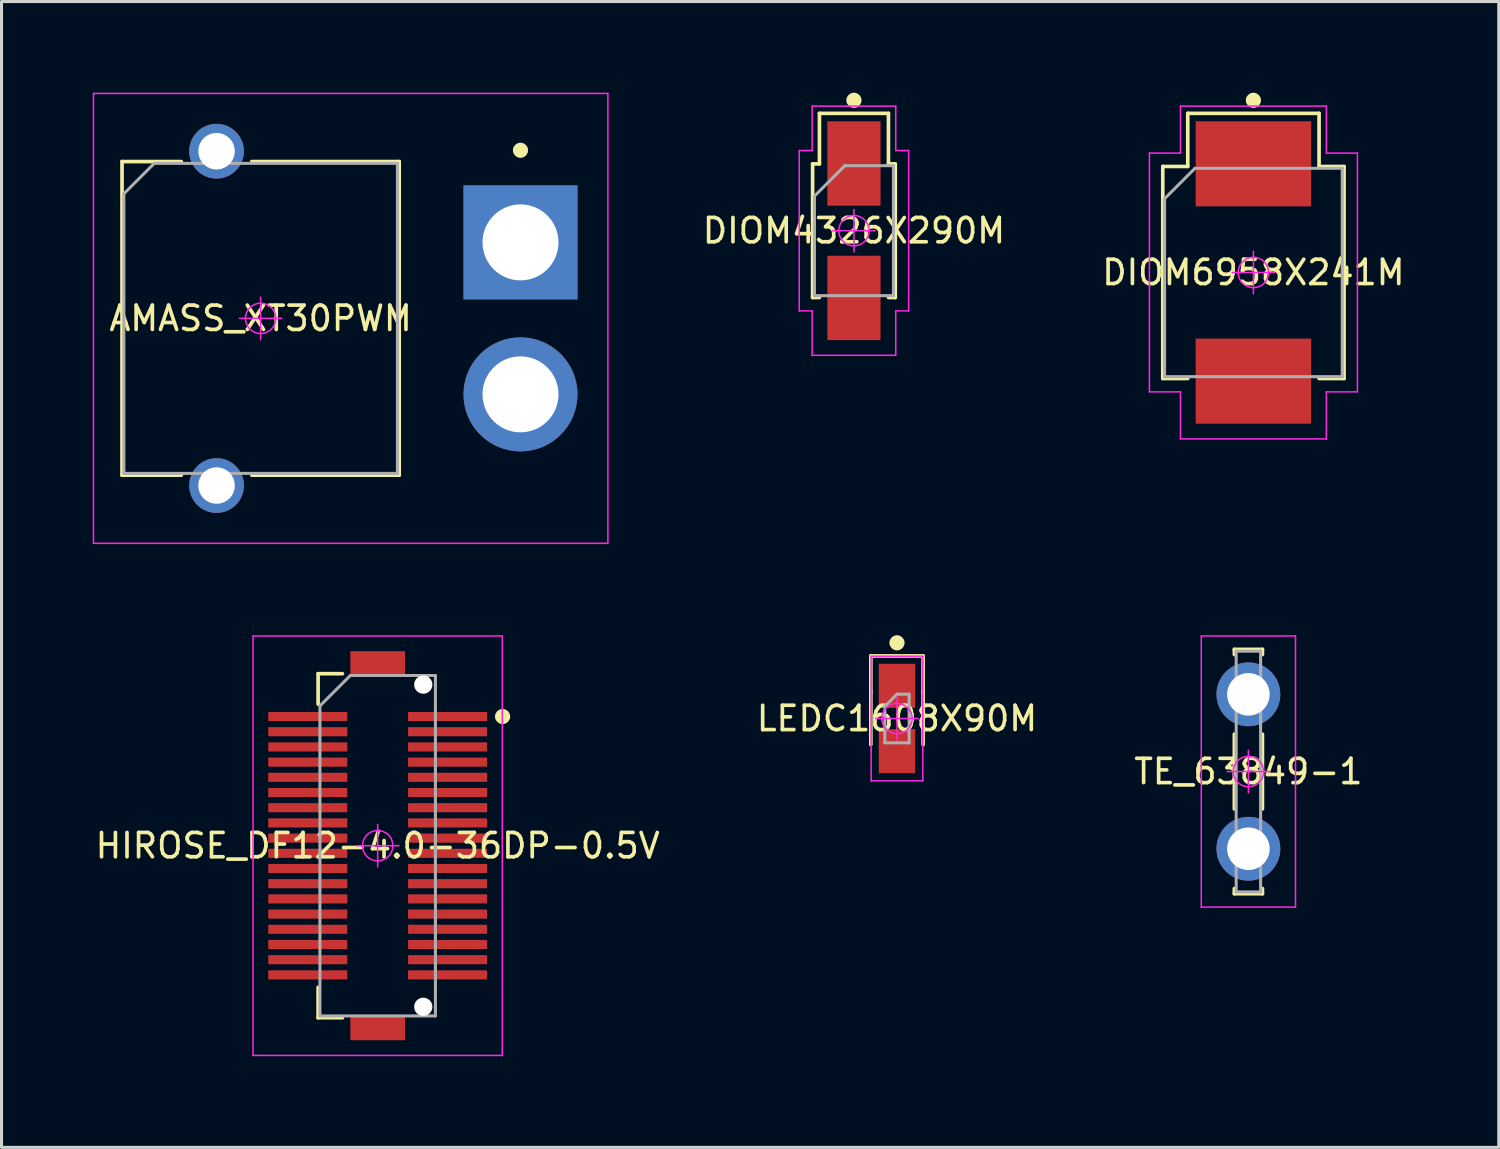
<source format=kicad_pcb>
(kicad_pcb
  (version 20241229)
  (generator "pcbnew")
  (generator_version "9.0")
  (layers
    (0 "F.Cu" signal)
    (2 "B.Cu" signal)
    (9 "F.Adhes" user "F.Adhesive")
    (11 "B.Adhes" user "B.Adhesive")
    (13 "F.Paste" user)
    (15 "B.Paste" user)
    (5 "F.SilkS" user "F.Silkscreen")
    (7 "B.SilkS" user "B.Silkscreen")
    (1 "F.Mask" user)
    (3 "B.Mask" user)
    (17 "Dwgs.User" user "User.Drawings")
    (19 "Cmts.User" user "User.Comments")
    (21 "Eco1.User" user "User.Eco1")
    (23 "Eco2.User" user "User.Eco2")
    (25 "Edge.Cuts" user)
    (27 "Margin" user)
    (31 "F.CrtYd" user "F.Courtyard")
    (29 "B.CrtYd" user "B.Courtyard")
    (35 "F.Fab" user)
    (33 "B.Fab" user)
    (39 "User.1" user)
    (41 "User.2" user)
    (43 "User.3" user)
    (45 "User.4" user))
  (footprint "HIROSE_DF12-4.0-36DP-0.5V"
    (layer "F.Cu")
    (at 9.376 24.775)
    (property "Reference" "HIROSE_DF12-4.0-36DP-0.5V" (at 0 0 0) (layer "F.SilkS") (effects (font (size 0.8 0.8) (thickness 0.12))))
    (attr through_hole)
    (fp_line (start -1.96 -5.66) (end -1.96 -4.66) (stroke (width 0.12) (type solid)) (layer "F.SilkS"))
    (fp_line (start -1.96 -5.66) (end -1.16 -5.66) (stroke (width 0.12) (type solid)) (layer "F.SilkS"))
    (fp_line (start -1.96 4.66) (end -1.96 5.66) (stroke (width 0.12) (type solid)) (layer "F.SilkS"))
    (fp_line (start -1.96 5.66) (end -1.16 5.66) (stroke (width 0.12) (type solid)) (layer "F.SilkS"))
    (fp_circle (center 4.11 -4.25) (end 4.11 -4.125) (stroke (width 0.25) (type solid)) (fill no) (layer "F.SilkS"))
    (fp_line (start -4.1 -6.9) (end 4.1 -6.9) (stroke (width 0.05) (type solid)) (layer "F.CrtYd"))
    (fp_line (start -4.1 6.9) (end -4.1 -6.9) (stroke (width 0.05) (type solid)) (layer "F.CrtYd"))
    (fp_line (start -0.7 0) (end 0.7 0) (stroke (width 0.05) (type solid)) (layer "F.CrtYd"))
    (fp_line (start 0 -0.7) (end 0 0.7) (stroke (width 0.05) (type solid)) (layer "F.CrtYd"))
    (fp_line (start 4.1 -6.9) (end 4.1 6.9) (stroke (width 0.05) (type solid)) (layer "F.CrtYd"))
    (fp_line (start 4.1 6.9) (end -4.1 6.9) (stroke (width 0.05) (type solid)) (layer "F.CrtYd"))
    (fp_circle (center 0 0) (end 0 0.5) (stroke (width 0.05) (type solid)) (fill no) (layer "F.CrtYd"))
    (fp_line (start -1.9 -4.6) (end -0.9 -5.6) (stroke (width 0.1) (type solid)) (layer "F.Fab"))
    (fp_line (start -1.9 5.6) (end -1.9 -4.6) (stroke (width 0.1) (type solid)) (layer "F.Fab"))
    (fp_line (start -0.9 -5.6) (end 1.9 -5.6) (stroke (width 0.1) (type solid)) (layer "F.Fab"))
    (fp_line (start 1.9 -5.6) (end 1.9 5.6) (stroke (width 0.1) (type solid)) (layer "F.Fab"))
    (fp_line (start 1.9 5.6) (end -1.9 5.6) (stroke (width 0.1) (type solid)) (layer "F.Fab"))
    (pad "" np_thru_hole circle (at 1.5 -5.3) (size 0.6 0.6) (drill 0.6) (layers "*.Cu" "*.Mask"))
    (pad "" np_thru_hole circle (at 1.5 5.3) (size 0.6 0.6) (drill 0.6) (layers "*.Cu" "*.Mask"))
    (pad "1" smd rect (at 2.3 -4.25) (size 2.6 0.3) (layers "F.Cu" "F.Mask" "F.Paste"))
    (pad "2" smd rect (at -2.3 -4.25) (size 2.6 0.3) (layers "F.Cu" "F.Mask" "F.Paste"))
    (pad "3" smd rect (at 2.3 -3.75) (size 2.6 0.3) (layers "F.Cu" "F.Mask" "F.Paste"))
    (pad "4" smd rect (at -2.3 -3.75) (size 2.6 0.3) (layers "F.Cu" "F.Mask" "F.Paste"))
    (pad "5" smd rect (at 2.3 -3.25) (size 2.6 0.3) (layers "F.Cu" "F.Mask" "F.Paste"))
    (pad "6" smd rect (at -2.3 -3.25) (size 2.6 0.3) (layers "F.Cu" "F.Mask" "F.Paste"))
    (pad "7" smd rect (at 2.3 -2.75) (size 2.6 0.3) (layers "F.Cu" "F.Mask" "F.Paste"))
    (pad "8" smd rect (at -2.3 -2.75) (size 2.6 0.3) (layers "F.Cu" "F.Mask" "F.Paste"))
    (pad "9" smd rect (at 2.3 -2.25) (size 2.6 0.3) (layers "F.Cu" "F.Mask" "F.Paste"))
    (pad "10" smd rect (at -2.3 -2.25) (size 2.6 0.3) (layers "F.Cu" "F.Mask" "F.Paste"))
    (pad "11" smd rect (at 2.3 -1.75) (size 2.6 0.3) (layers "F.Cu" "F.Mask" "F.Paste"))
    (pad "12" smd rect (at -2.3 -1.75) (size 2.6 0.3) (layers "F.Cu" "F.Mask" "F.Paste"))
    (pad "13" smd rect (at 2.3 -1.25) (size 2.6 0.3) (layers "F.Cu" "F.Mask" "F.Paste"))
    (pad "14" smd rect (at -2.3 -1.25) (size 2.6 0.3) (layers "F.Cu" "F.Mask" "F.Paste"))
    (pad "15" smd rect (at 2.3 -0.75) (size 2.6 0.3) (layers "F.Cu" "F.Mask" "F.Paste"))
    (pad "16" smd rect (at -2.3 -0.75) (size 2.6 0.3) (layers "F.Cu" "F.Mask" "F.Paste"))
    (pad "17" smd rect (at 2.3 -0.25) (size 2.6 0.3) (layers "F.Cu" "F.Mask" "F.Paste"))
    (pad "18" smd rect (at -2.3 -0.25) (size 2.6 0.3) (layers "F.Cu" "F.Mask" "F.Paste"))
    (pad "19" smd rect (at 2.3 0.25) (size 2.6 0.3) (layers "F.Cu" "F.Mask" "F.Paste"))
    (pad "20" smd rect (at -2.3 0.25) (size 2.6 0.3) (layers "F.Cu" "F.Mask" "F.Paste"))
    (pad "21" smd rect (at 2.3 0.75) (size 2.6 0.3) (layers "F.Cu" "F.Mask" "F.Paste"))
    (pad "22" smd rect (at -2.3 0.75) (size 2.6 0.3) (layers "F.Cu" "F.Mask" "F.Paste"))
    (pad "23" smd rect (at 2.3 1.25) (size 2.6 0.3) (layers "F.Cu" "F.Mask" "F.Paste"))
    (pad "24" smd rect (at -2.3 1.25) (size 2.6 0.3) (layers "F.Cu" "F.Mask" "F.Paste"))
    (pad "25" smd rect (at 2.3 1.75) (size 2.6 0.3) (layers "F.Cu" "F.Mask" "F.Paste"))
    (pad "26" smd rect (at -2.3 1.75) (size 2.6 0.3) (layers "F.Cu" "F.Mask" "F.Paste"))
    (pad "27" smd rect (at 2.3 2.25) (size 2.6 0.3) (layers "F.Cu" "F.Mask" "F.Paste"))
    (pad "28" smd rect (at -2.3 2.25) (size 2.6 0.3) (layers "F.Cu" "F.Mask" "F.Paste"))
    (pad "29" smd rect (at 2.3 2.75) (size 2.6 0.3) (layers "F.Cu" "F.Mask" "F.Paste"))
    (pad "30" smd rect (at -2.3 2.75) (size 2.6 0.3) (layers "F.Cu" "F.Mask" "F.Paste"))
    (pad "31" smd rect (at 2.3 3.25) (size 2.6 0.3) (layers "F.Cu" "F.Mask" "F.Paste"))
    (pad "32" smd rect (at -2.3 3.25) (size 2.6 0.3) (layers "F.Cu" "F.Mask" "F.Paste"))
    (pad "33" smd rect (at 2.3 3.75) (size 2.6 0.3) (layers "F.Cu" "F.Mask" "F.Paste"))
    (pad "34" smd rect (at -2.3 3.75) (size 2.6 0.3) (layers "F.Cu" "F.Mask" "F.Paste"))
    (pad "35" smd rect (at 2.3 4.25) (size 2.6 0.3) (layers "F.Cu" "F.Mask" "F.Paste"))
    (pad "36" smd rect (at -2.3 4.25) (size 2.6 0.3) (layers "F.Cu" "F.Mask" "F.Paste"))
    (pad "NC1" smd rect (at 0 -6) (size 1.8 0.8) (layers "F.Cu" "F.Mask" "F.Paste"))
    (pad "NC2" smd rect (at 0 6) (size 1.8 0.8) (layers "F.Cu" "F.Mask" "F.Paste")))
  (footprint "TE_63849-1"
    (layer "F.Cu")
    (at 38.024 22.335)
    (property "Reference" "TE_63849-1" (at 0 0 0) (layer "F.SilkS") (effects (font (size 0.8 0.8) (thickness 0.12))))
    (attr through_hole)
    (fp_line (start -0.462 -4.02) (end -0.462 -3.85) (stroke (width 0.12) (type solid)) (layer "F.SilkS"))
    (fp_line (start -0.462 -4.02) (end 0.462 -4.02) (stroke (width 0.12) (type solid)) (layer "F.SilkS"))
    (fp_line (start -0.462 -1.23) (end -0.462 1.23) (stroke (width 0.12) (type solid)) (layer "F.SilkS"))
    (fp_line (start -0.462 3.85) (end -0.462 4.02) (stroke (width 0.12) (type solid)) (layer "F.SilkS"))
    (fp_line (start 0.462 -4.02) (end 0.462 -3.85) (stroke (width 0.12) (type solid)) (layer "F.SilkS"))
    (fp_line (start 0.462 -1.23) (end 0.462 1.23) (stroke (width 0.12) (type solid)) (layer "F.SilkS"))
    (fp_line (start 0.462 3.85) (end 0.462 4.02) (stroke (width 0.12) (type solid)) (layer "F.SilkS"))
    (fp_line (start 0.462 4.02) (end -0.462 4.02) (stroke (width 0.12) (type solid)) (layer "F.SilkS"))
    (fp_line (start -1.55 -4.46) (end 1.55 -4.46) (stroke (width 0.05) (type solid)) (layer "F.CrtYd"))
    (fp_line (start -1.55 4.46) (end -1.55 -4.46) (stroke (width 0.05) (type solid)) (layer "F.CrtYd"))
    (fp_line (start -0.7 0) (end 0.7 0) (stroke (width 0.05) (type solid)) (layer "F.CrtYd"))
    (fp_line (start 0 -0.7) (end 0 0.7) (stroke (width 0.05) (type solid)) (layer "F.CrtYd"))
    (fp_line (start 1.55 -4.46) (end 1.55 4.46) (stroke (width 0.05) (type solid)) (layer "F.CrtYd"))
    (fp_line (start 1.55 4.46) (end -1.55 4.46) (stroke (width 0.05) (type solid)) (layer "F.CrtYd"))
    (fp_circle (center 0 0) (end 0 0.5) (stroke (width 0.05) (type solid)) (fill no) (layer "F.CrtYd"))
    (fp_line (start -0.402 -3.96) (end 0.402 -3.96) (stroke (width 0.1) (type solid)) (layer "F.Fab"))
    (fp_line (start -0.402 3.96) (end -0.402 -3.96) (stroke (width 0.1) (type solid)) (layer "F.Fab"))
    (fp_line (start 0.402 -3.96) (end 0.402 3.96) (stroke (width 0.1) (type solid)) (layer "F.Fab"))
    (fp_line (start 0.402 3.96) (end -0.402 3.96) (stroke (width 0.1) (type solid)) (layer "F.Fab"))
    (pad "1" thru_hole circle (at 0 -2.54) (size 2.1 2.1) (drill 1.4) (layers "*.Cu" "*.Paste" "*.Mask"))
    (pad "2" thru_hole circle (at 0 2.54) (size 2.1 2.1) (drill 1.4) (layers "*.Cu" "*.Paste" "*.Mask")))
  (footprint "DIOM6958X241M"
    (layer "F.Cu")
    (at 38.189 5.915)
    (property "Reference" "DIOM6958X241M" (at 0 0 0) (layer "F.SilkS") (effects (font (size 0.8 0.8) (thickness 0.12))))
    (attr smd)
    (fp_line (start -2.982 -3.488) (end -2.982 3.488) (stroke (width 0.12) (type solid)) (layer "F.SilkS"))
    (fp_line (start -2.16 -5.235) (end 2.16 -5.235) (stroke (width 0.12) (type solid)) (layer "F.SilkS"))
    (fp_line (start -2.16 -3.488) (end -2.982 -3.488) (stroke (width 0.12) (type solid)) (layer "F.SilkS"))
    (fp_line (start -2.16 -3.488) (end -2.16 -5.235) (stroke (width 0.12) (type solid)) (layer "F.SilkS"))
    (fp_line (start -2.16 3.488) (end -2.982 3.488) (stroke (width 0.12) (type solid)) (layer "F.SilkS"))
    (fp_line (start 2.16 -5.235) (end 2.16 -3.488) (stroke (width 0.12) (type solid)) (layer "F.SilkS"))
    (fp_line (start 2.16 -3.488) (end 2.982 -3.488) (stroke (width 0.12) (type solid)) (layer "F.SilkS"))
    (fp_line (start 2.16 3.488) (end 2.982 3.488) (stroke (width 0.12) (type solid)) (layer "F.SilkS"))
    (fp_line (start 2.982 -3.488) (end 2.982 3.488) (stroke (width 0.12) (type solid)) (layer "F.SilkS"))
    (fp_circle (center 0 -5.665) (end 0 -5.54) (stroke (width 0.25) (type solid)) (fill no) (layer "F.SilkS"))
    (fp_line (start -3.422 -3.928) (end -3.422 3.928) (stroke (width 0.05) (type solid)) (layer "F.CrtYd"))
    (fp_line (start -3.422 3.928) (end -2.4 3.928) (stroke (width 0.05) (type solid)) (layer "F.CrtYd"))
    (fp_line (start -2.4 -5.475) (end -2.4 -3.928) (stroke (width 0.05) (type solid)) (layer "F.CrtYd"))
    (fp_line (start -2.4 -3.928) (end -3.422 -3.928) (stroke (width 0.05) (type solid)) (layer "F.CrtYd"))
    (fp_line (start -2.4 3.928) (end -2.4 5.475) (stroke (width 0.05) (type solid)) (layer "F.CrtYd"))
    (fp_line (start -2.4 5.475) (end 2.4 5.475) (stroke (width 0.05) (type solid)) (layer "F.CrtYd"))
    (fp_line (start -0.7 0) (end 0.7 0) (stroke (width 0.05) (type solid)) (layer "F.CrtYd"))
    (fp_line (start 0 -0.7) (end 0 0.7) (stroke (width 0.05) (type solid)) (layer "F.CrtYd"))
    (fp_line (start 2.4 -5.475) (end -2.4 -5.475) (stroke (width 0.05) (type solid)) (layer "F.CrtYd"))
    (fp_line (start 2.4 -3.928) (end 2.4 -5.475) (stroke (width 0.05) (type solid)) (layer "F.CrtYd"))
    (fp_line (start 2.4 3.928) (end 3.422 3.928) (stroke (width 0.05) (type solid)) (layer "F.CrtYd"))
    (fp_line (start 2.4 5.475) (end 2.4 3.928) (stroke (width 0.05) (type solid)) (layer "F.CrtYd"))
    (fp_line (start 3.422 -3.928) (end 2.4 -3.928) (stroke (width 0.05) (type solid)) (layer "F.CrtYd"))
    (fp_line (start 3.422 3.928) (end 3.422 -3.928) (stroke (width 0.05) (type solid)) (layer "F.CrtYd"))
    (fp_circle (center 0 0) (end 0 0.5) (stroke (width 0.05) (type solid)) (fill no) (layer "F.CrtYd"))
    (fp_line (start -2.922 -2.428) (end -1.922 -3.428) (stroke (width 0.1) (type solid)) (layer "F.Fab"))
    (fp_line (start -2.922 3.428) (end -2.922 -2.428) (stroke (width 0.1) (type solid)) (layer "F.Fab"))
    (fp_line (start -1.922 -3.428) (end 2.922 -3.428) (stroke (width 0.1) (type solid)) (layer "F.Fab"))
    (fp_line (start 2.922 -3.428) (end 2.922 3.428) (stroke (width 0.1) (type solid)) (layer "F.Fab"))
    (fp_line (start 2.922 3.428) (end -2.922 3.428) (stroke (width 0.1) (type solid)) (layer "F.Fab"))
    (pad "1" smd rect (at 0 -3.575) (size 3.8 2.8) (layers "F.Cu" "F.Mask" "F.Paste"))
    (pad "2" smd rect (at 0 3.575) (size 3.8 2.8) (layers "F.Cu" "F.Mask" "F.Paste")))
  (footprint "AMASS_XT30PWM"
    (layer "F.Cu")
    (at 5.525 7.425)
    (property "Reference" "AMASS_XT30PWM" (at 0 0 0) (layer "F.SilkS") (effects (font (size 0.8 0.8) (thickness 0.12))))
    (attr through_hole)
    (fp_line (start -4.56 -5.16) (end -2.61 -5.16) (stroke (width 0.12) (type solid)) (layer "F.SilkS"))
    (fp_line (start -4.56 5.16) (end -4.56 -5.16) (stroke (width 0.12) (type solid)) (layer "F.SilkS"))
    (fp_line (start -4.56 5.16) (end -2.61 5.16) (stroke (width 0.12) (type solid)) (layer "F.SilkS"))
    (fp_line (start -0.29 -5.16) (end 4.56 -5.16) (stroke (width 0.12) (type solid)) (layer "F.SilkS"))
    (fp_line (start -0.29 5.16) (end 4.56 5.16) (stroke (width 0.12) (type solid)) (layer "F.SilkS"))
    (fp_line (start 4.56 -5.16) (end 4.56 5.16) (stroke (width 0.12) (type solid)) (layer "F.SilkS"))
    (fp_circle (center 8.55 -5.53) (end 8.55 -5.405) (stroke (width 0.25) (type solid)) (fill no) (layer "F.SilkS"))
    (fp_line (start -5.5 -7.4) (end 11.425 -7.4) (stroke (width 0.05) (type solid)) (layer "F.CrtYd"))
    (fp_line (start -5.5 7.4) (end -5.5 -7.4) (stroke (width 0.05) (type solid)) (layer "F.CrtYd"))
    (fp_line (start -0.7 0) (end 0.7 0) (stroke (width 0.05) (type solid)) (layer "F.CrtYd"))
    (fp_line (start 0 -0.7) (end 0 0.7) (stroke (width 0.05) (type solid)) (layer "F.CrtYd"))
    (fp_line (start 11.425 -7.4) (end 11.425 7.4) (stroke (width 0.05) (type solid)) (layer "F.CrtYd"))
    (fp_line (start 11.425 7.4) (end -5.5 7.4) (stroke (width 0.05) (type solid)) (layer "F.CrtYd"))
    (fp_circle (center 0 0) (end 0 0.5) (stroke (width 0.05) (type solid)) (fill no) (layer "F.CrtYd"))
    (fp_line (start -4.5 -4.1) (end -3.5 -5.1) (stroke (width 0.1) (type solid)) (layer "F.Fab"))
    (fp_line (start -4.5 5.1) (end -4.5 -4.1) (stroke (width 0.1) (type solid)) (layer "F.Fab"))
    (fp_line (start -3.5 -5.1) (end 4.5 -5.1) (stroke (width 0.1) (type solid)) (layer "F.Fab"))
    (fp_line (start 4.5 -5.1) (end 4.5 5.1) (stroke (width 0.1) (type solid)) (layer "F.Fab"))
    (fp_line (start 4.5 5.1) (end -4.5 5.1) (stroke (width 0.1) (type solid)) (layer "F.Fab"))
    (pad "1" thru_hole rect (at 8.55 -2.5) (size 3.75 3.75) (drill 2.5) (layers "*.Cu" "*.Paste" "*.Mask"))
    (pad "2" thru_hole circle (at 8.55 2.5) (size 3.75 3.75) (drill 2.5) (layers "*.Cu" "*.Paste" "*.Mask"))
    (pad "NC1" thru_hole circle (at -1.45 -5.5) (size 1.8 1.8) (drill 1.2) (layers "*.Cu" "*.Paste" "*.Mask"))
    (pad "NC2" thru_hole circle (at -1.45 5.5) (size 1.8 1.8) (drill 1.2) (layers "*.Cu" "*.Paste" "*.Mask")))
  (footprint "LEDC1608X90M"
    (layer "F.Cu")
    (at 26.462 20.59)
    (property "Reference" "LEDC1608X90M" (at 0 0 0) (layer "F.SilkS") (effects (font (size 0.8 0.8) (thickness 0.12))))
    (attr smd)
    (fp_line (start -0.86 -2.06) (end 0.86 -2.06) (stroke (width 0.12) (type solid)) (layer "F.SilkS"))
    (fp_line (start -0.86 -0.86) (end -0.86 -2.06) (stroke (width 0.12) (type solid)) (layer "F.SilkS"))
    (fp_line (start -0.86 -0.86) (end -0.86 0.86) (stroke (width 0.12) (type solid)) (layer "F.SilkS"))
    (fp_line (start 0.86 -2.06) (end 0.86 -0.86) (stroke (width 0.12) (type solid)) (layer "F.SilkS"))
    (fp_line (start 0.86 -0.86) (end 0.86 0.86) (stroke (width 0.12) (type solid)) (layer "F.SilkS"))
    (fp_circle (center 0 -2.49) (end 0 -2.365) (stroke (width 0.25) (type solid)) (fill no) (layer "F.SilkS"))
    (fp_line (start -0.85 -2.05) (end -0.85 -1.05) (stroke (width 0.05) (type solid)) (layer "F.CrtYd"))
    (fp_line (start -0.85 -1.05) (end -0.85 1.05) (stroke (width 0.05) (type solid)) (layer "F.CrtYd"))
    (fp_line (start -0.85 1.05) (end -0.85 2.05) (stroke (width 0.05) (type solid)) (layer "F.CrtYd"))
    (fp_line (start -0.85 2.05) (end 0.85 2.05) (stroke (width 0.05) (type solid)) (layer "F.CrtYd"))
    (fp_line (start -0.7 0) (end 0.7 0) (stroke (width 0.05) (type solid)) (layer "F.CrtYd"))
    (fp_line (start 0 -0.7) (end 0 0.7) (stroke (width 0.05) (type solid)) (layer "F.CrtYd"))
    (fp_line (start 0.85 -2.05) (end -0.85 -2.05) (stroke (width 0.05) (type solid)) (layer "F.CrtYd"))
    (fp_line (start 0.85 -1.05) (end 0.85 -2.05) (stroke (width 0.05) (type solid)) (layer "F.CrtYd"))
    (fp_line (start 0.85 1.05) (end 0.85 -1.05) (stroke (width 0.05) (type solid)) (layer "F.CrtYd"))
    (fp_line (start 0.85 2.05) (end 0.85 1.05) (stroke (width 0.05) (type solid)) (layer "F.CrtYd"))
    (fp_circle (center 0 0) (end 0 0.5) (stroke (width 0.05) (type solid)) (fill no) (layer "F.CrtYd"))
    (fp_line (start -0.4 -0.4) (end 0 -0.8) (stroke (width 0.1) (type solid)) (layer "F.Fab"))
    (fp_line (start -0.4 0.8) (end -0.4 -0.4) (stroke (width 0.1) (type solid)) (layer "F.Fab"))
    (fp_line (start 0 -0.8) (end 0.4 -0.8) (stroke (width 0.1) (type solid)) (layer "F.Fab"))
    (fp_line (start 0.4 -0.8) (end 0.4 0.8) (stroke (width 0.1) (type solid)) (layer "F.Fab"))
    (fp_line (start 0.4 0.8) (end -0.4 0.8) (stroke (width 0.1) (type solid)) (layer "F.Fab"))
    (pad "1" smd rect (at 0 -1.075) (size 1.2 1.45) (layers "F.Cu" "F.Mask" "F.Paste"))
    (pad "2" smd rect (at 0 1.075) (size 1.2 1.45) (layers "F.Cu" "F.Mask" "F.Paste")))
  (footprint "DIOM4326X290M"
    (layer "F.Cu")
    (at 25.046 4.54)
    (property "Reference" "DIOM4326X290M" (at 0 0 0) (layer "F.SilkS") (effects (font (size 0.8 0.8) (thickness 0.12))))
    (attr smd)
    (fp_line (start -1.36 -2.198) (end -1.36 2.198) (stroke (width 0.12) (type solid)) (layer "F.SilkS"))
    (fp_line (start -1.135 -3.86) (end 1.135 -3.86) (stroke (width 0.12) (type solid)) (layer "F.SilkS"))
    (fp_line (start -1.135 -2.198) (end -1.36 -2.198) (stroke (width 0.12) (type solid)) (layer "F.SilkS"))
    (fp_line (start -1.135 -2.198) (end -1.135 -3.86) (stroke (width 0.12) (type solid)) (layer "F.SilkS"))
    (fp_line (start -1.135 2.198) (end -1.36 2.198) (stroke (width 0.12) (type solid)) (layer "F.SilkS"))
    (fp_line (start 1.135 -3.86) (end 1.135 -2.198) (stroke (width 0.12) (type solid)) (layer "F.SilkS"))
    (fp_line (start 1.135 -2.198) (end 1.36 -2.198) (stroke (width 0.12) (type solid)) (layer "F.SilkS"))
    (fp_line (start 1.135 2.198) (end 1.36 2.198) (stroke (width 0.12) (type solid)) (layer "F.SilkS"))
    (fp_line (start 1.36 -2.198) (end 1.36 2.198) (stroke (width 0.12) (type solid)) (layer "F.SilkS"))
    (fp_circle (center 0 -4.29) (end 0 -4.165) (stroke (width 0.25) (type solid)) (fill no) (layer "F.SilkS"))
    (fp_line (start -1.8 -2.638) (end -1.8 2.638) (stroke (width 0.05) (type solid)) (layer "F.CrtYd"))
    (fp_line (start -1.8 2.638) (end -1.375 2.638) (stroke (width 0.05) (type solid)) (layer "F.CrtYd"))
    (fp_line (start -1.375 -4.1) (end -1.375 -2.638) (stroke (width 0.05) (type solid)) (layer "F.CrtYd"))
    (fp_line (start -1.375 -2.638) (end -1.8 -2.638) (stroke (width 0.05) (type solid)) (layer "F.CrtYd"))
    (fp_line (start -1.375 2.638) (end -1.375 4.1) (stroke (width 0.05) (type solid)) (layer "F.CrtYd"))
    (fp_line (start -1.375 4.1) (end 1.375 4.1) (stroke (width 0.05) (type solid)) (layer "F.CrtYd"))
    (fp_line (start -0.7 0) (end 0.7 0) (stroke (width 0.05) (type solid)) (layer "F.CrtYd"))
    (fp_line (start 0 -0.7) (end 0 0.7) (stroke (width 0.05) (type solid)) (layer "F.CrtYd"))
    (fp_line (start 1.375 -4.1) (end -1.375 -4.1) (stroke (width 0.05) (type solid)) (layer "F.CrtYd"))
    (fp_line (start 1.375 -2.638) (end 1.375 -4.1) (stroke (width 0.05) (type solid)) (layer "F.CrtYd"))
    (fp_line (start 1.375 2.638) (end 1.8 2.638) (stroke (width 0.05) (type solid)) (layer "F.CrtYd"))
    (fp_line (start 1.375 4.1) (end 1.375 2.638) (stroke (width 0.05) (type solid)) (layer "F.CrtYd"))
    (fp_line (start 1.8 -2.638) (end 1.375 -2.638) (stroke (width 0.05) (type solid)) (layer "F.CrtYd"))
    (fp_line (start 1.8 2.638) (end 1.8 -2.638) (stroke (width 0.05) (type solid)) (layer "F.CrtYd"))
    (fp_circle (center 0 0) (end 0 0.5) (stroke (width 0.05) (type solid)) (fill no) (layer "F.CrtYd"))
    (fp_line (start -1.3 -1.138) (end -0.3 -2.138) (stroke (width 0.1) (type solid)) (layer "F.Fab"))
    (fp_line (start -1.3 2.138) (end -1.3 -1.138) (stroke (width 0.1) (type solid)) (layer "F.Fab"))
    (fp_line (start -0.3 -2.138) (end 1.3 -2.138) (stroke (width 0.1) (type solid)) (layer "F.Fab"))
    (fp_line (start 1.3 -2.138) (end 1.3 2.138) (stroke (width 0.1) (type solid)) (layer "F.Fab"))
    (fp_line (start 1.3 2.138) (end -1.3 2.138) (stroke (width 0.1) (type solid)) (layer "F.Fab"))
    (pad "1" smd rect (at 0 -2.212) (size 1.75 2.775) (layers "F.Cu" "F.Mask" "F.Paste"))
    (pad "2" smd rect (at 0 2.212) (size 1.75 2.775) (layers "F.Cu" "F.Mask" "F.Paste")))
  (gr_rect
    (start -3 -3)
    (end 46.261 34.7)
    (stroke (width 0.1) (type default))
    (fill no)
    (layer "Edge.Cuts")))
</source>
